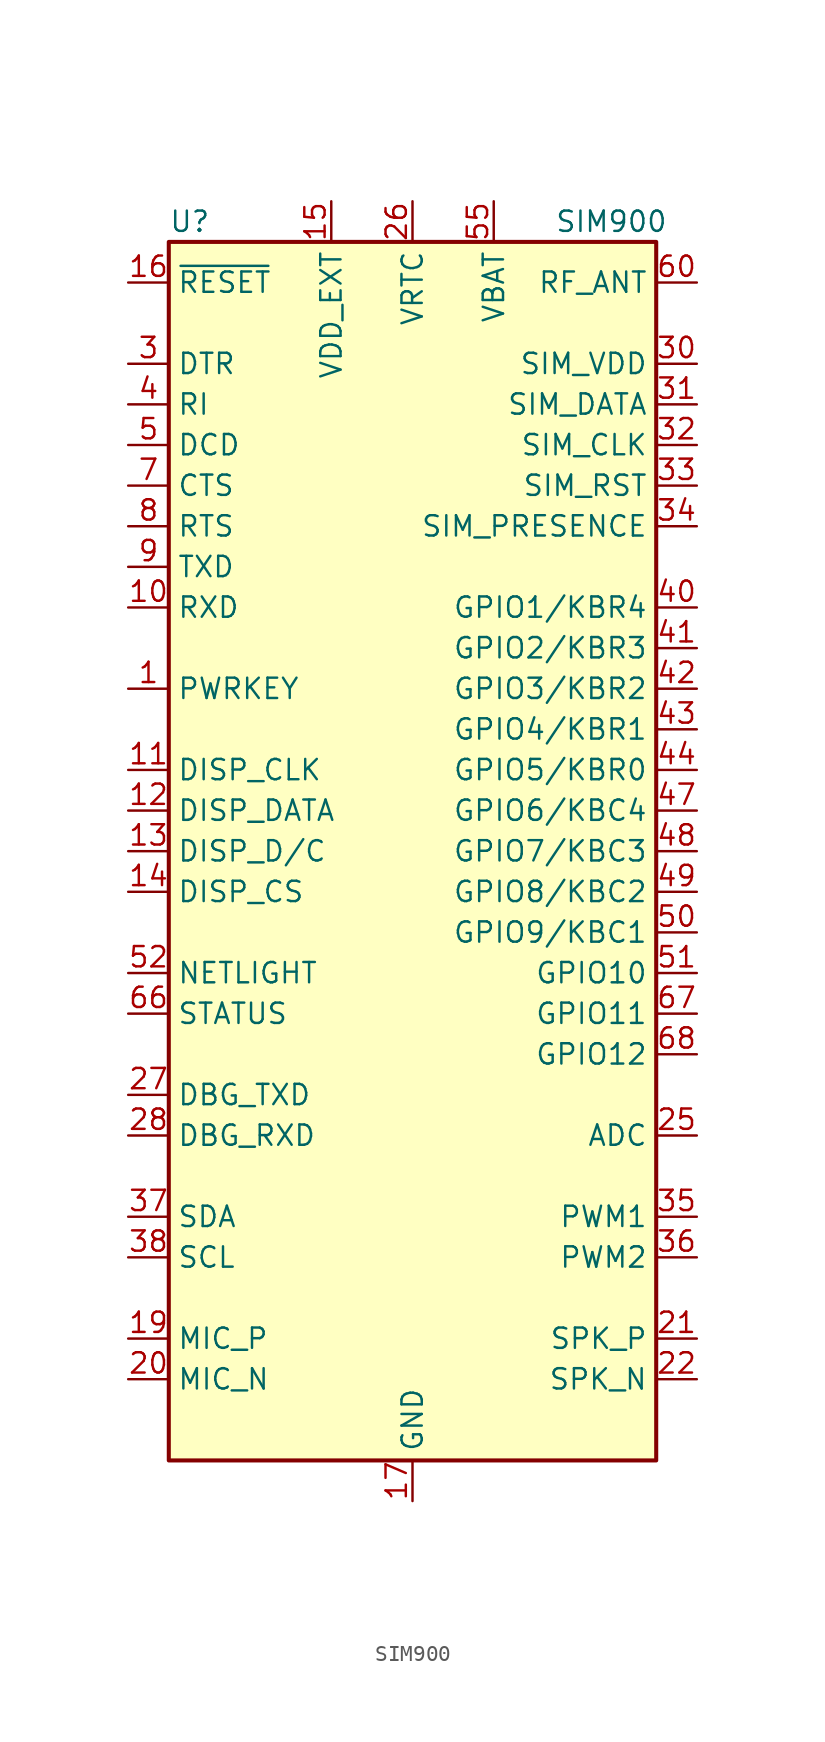
<source format=kicad_sym>
(kicad_symbol_lib
  (version 20220914)
  (generator kicad_symbol_editor)
  (symbol "SIM900"
    (property "Reference" "U"
      (at -15.24 39.37 0)
      (effects (font (size 1.27 1.27)) (justify left)))
    (property "Value" "SIM900"
      (at 8.89 39.37 0)
      (effects (font (size 1.27 1.27)) (justify left)))
    (symbol "SIM900_0_1"
      (rectangle (start -15.24 38.1) (end 15.24 -38.1) (stroke (width 0.254) (type default)) (fill (type background))))
    (symbol "SIM900_1_1"
      (pin input line (at -17.78 10.16 0) (length 2.54) (name "PWRKEY" (effects (font (size 1.27 1.27)))) (number "1" (effects (font (size 1.27 1.27)))))
      (pin input line (at -17.78 15.24 0) (length 2.54) (name "RXD" (effects (font (size 1.27 1.27)))) (number "10" (effects (font (size 1.27 1.27)))))
      (pin output line (at -17.78 5.08 0) (length 2.54) (name "DISP_CLK" (effects (font (size 1.27 1.27)))) (number "11" (effects (font (size 1.27 1.27)))))
      (pin bidirectional line (at -17.78 2.54 0) (length 2.54) (name "DISP_DATA" (effects (font (size 1.27 1.27)))) (number "12" (effects (font (size 1.27 1.27)))))
      (pin output line (at -17.78 0 0) (length 2.54) (name "DISP_D/C" (effects (font (size 1.27 1.27)))) (number "13" (effects (font (size 1.27 1.27)))))
      (pin output line (at -17.78 -2.54 0) (length 2.54) (name "DISP_CS" (effects (font (size 1.27 1.27)))) (number "14" (effects (font (size 1.27 1.27)))))
      (pin power_out line (at -5.08 40.64 270) (length 2.54) (name "VDD_EXT" (effects (font (size 1.27 1.27)))) (number "15" (effects (font (size 1.27 1.27)))))
      (pin input line (at -17.78 35.56 0) (length 2.54) (name "~{RESET}" (effects (font (size 1.27 1.27)))) (number "16" (effects (font (size 1.27 1.27)))))
      (pin power_in line (at 0 -40.64 90) (length 2.54) (name "GND" (effects (font (size 1.27 1.27)))) (number "17" (effects (font (size 1.27 1.27)))))
      (pin passive line (at 0 -40.64 90) (length 2.54) hide (name "GND" (effects (font (size 1.27 1.27)))) (number "18" (effects (font (size 1.27 1.27)))))
      (pin input line (at -17.78 -30.48 0) (length 2.54) (name "MIC_P" (effects (font (size 1.27 1.27)))) (number "19" (effects (font (size 1.27 1.27)))))
      (pin no_connect line (at 15.24 33.02 180) (length 2.54) hide (name "NC" (effects (font (size 1.27 1.27)))) (number "2" (effects (font (size 1.27 1.27)))))
      (pin input line (at -17.78 -33.02 0) (length 2.54) (name "MIC_N" (effects (font (size 1.27 1.27)))) (number "20" (effects (font (size 1.27 1.27)))))
      (pin output line (at 17.78 -30.48 180) (length 2.54) (name "SPK_P" (effects (font (size 1.27 1.27)))) (number "21" (effects (font (size 1.27 1.27)))))
      (pin output line (at 17.78 -33.02 180) (length 2.54) (name "SPK_N" (effects (font (size 1.27 1.27)))) (number "22" (effects (font (size 1.27 1.27)))))
      (pin no_connect line (at 15.24 -15.24 180) (length 2.54) hide (name "NC" (effects (font (size 1.27 1.27)))) (number "23" (effects (font (size 1.27 1.27)))))
      (pin no_connect line (at 15.24 -27.94 180) (length 2.54) hide (name "NC" (effects (font (size 1.27 1.27)))) (number "24" (effects (font (size 1.27 1.27)))))
      (pin input line (at 17.78 -17.78 180) (length 2.54) (name "ADC" (effects (font (size 1.27 1.27)))) (number "25" (effects (font (size 1.27 1.27)))))
      (pin power_in line (at 0 40.64 270) (length 2.54) (name "VRTC" (effects (font (size 1.27 1.27)))) (number "26" (effects (font (size 1.27 1.27)))))
      (pin output line (at -17.78 -15.24 0) (length 2.54) (name "DBG_TXD" (effects (font (size 1.27 1.27)))) (number "27" (effects (font (size 1.27 1.27)))))
      (pin input line (at -17.78 -17.78 0) (length 2.54) (name "DBG_RXD" (effects (font (size 1.27 1.27)))) (number "28" (effects (font (size 1.27 1.27)))))
      (pin passive line (at 0 -40.64 90) (length 2.54) hide (name "GND" (effects (font (size 1.27 1.27)))) (number "29" (effects (font (size 1.27 1.27)))))
      (pin input line (at -17.78 30.48 0) (length 2.54) (name "DTR" (effects (font (size 1.27 1.27)))) (number "3" (effects (font (size 1.27 1.27)))))
      (pin power_out line (at 17.78 30.48 180) (length 2.54) (name "SIM_VDD" (effects (font (size 1.27 1.27)))) (number "30" (effects (font (size 1.27 1.27)))))
      (pin bidirectional line (at 17.78 27.94 180) (length 2.54) (name "SIM_DATA" (effects (font (size 1.27 1.27)))) (number "31" (effects (font (size 1.27 1.27)))))
      (pin output line (at 17.78 25.4 180) (length 2.54) (name "SIM_CLK" (effects (font (size 1.27 1.27)))) (number "32" (effects (font (size 1.27 1.27)))))
      (pin output line (at 17.78 22.86 180) (length 2.54) (name "SIM_RST" (effects (font (size 1.27 1.27)))) (number "33" (effects (font (size 1.27 1.27)))))
      (pin input line (at 17.78 20.32 180) (length 2.54) (name "SIM_PRESENCE" (effects (font (size 1.27 1.27)))) (number "34" (effects (font (size 1.27 1.27)))))
      (pin output line (at 17.78 -22.86 180) (length 2.54) (name "PWM1" (effects (font (size 1.27 1.27)))) (number "35" (effects (font (size 1.27 1.27)))))
      (pin output line (at 17.78 -25.4 180) (length 2.54) (name "PWM2" (effects (font (size 1.27 1.27)))) (number "36" (effects (font (size 1.27 1.27)))))
      (pin bidirectional line (at -17.78 -22.86 0) (length 2.54) (name "SDA" (effects (font (size 1.27 1.27)))) (number "37" (effects (font (size 1.27 1.27)))))
      (pin output line (at -17.78 -25.4 0) (length 2.54) (name "SCL" (effects (font (size 1.27 1.27)))) (number "38" (effects (font (size 1.27 1.27)))))
      (pin passive line (at 0 -40.64 90) (length 2.54) hide (name "GND" (effects (font (size 1.27 1.27)))) (number "39" (effects (font (size 1.27 1.27)))))
      (pin output line (at -17.78 27.94 0) (length 2.54) (name "RI" (effects (font (size 1.27 1.27)))) (number "4" (effects (font (size 1.27 1.27)))))
      (pin bidirectional line (at 17.78 15.24 180) (length 2.54) (name "GPIO1/KBR4" (effects (font (size 1.27 1.27)))) (number "40" (effects (font (size 1.27 1.27)))))
      (pin bidirectional line (at 17.78 12.7 180) (length 2.54) (name "GPIO2/KBR3" (effects (font (size 1.27 1.27)))) (number "41" (effects (font (size 1.27 1.27)))))
      (pin bidirectional line (at 17.78 10.16 180) (length 2.54) (name "GPIO3/KBR2" (effects (font (size 1.27 1.27)))) (number "42" (effects (font (size 1.27 1.27)))))
      (pin bidirectional line (at 17.78 7.62 180) (length 2.54) (name "GPIO4/KBR1" (effects (font (size 1.27 1.27)))) (number "43" (effects (font (size 1.27 1.27)))))
      (pin bidirectional line (at 17.78 5.08 180) (length 2.54) (name "GPIO5/KBR0" (effects (font (size 1.27 1.27)))) (number "44" (effects (font (size 1.27 1.27)))))
      (pin passive line (at 0 -40.64 90) (length 2.54) hide (name "GND" (effects (font (size 1.27 1.27)))) (number "45" (effects (font (size 1.27 1.27)))))
      (pin passive line (at 0 -40.64 90) (length 2.54) hide (name "GND" (effects (font (size 1.27 1.27)))) (number "46" (effects (font (size 1.27 1.27)))))
      (pin bidirectional line (at 17.78 2.54 180) (length 2.54) (name "GPIO6/KBC4" (effects (font (size 1.27 1.27)))) (number "47" (effects (font (size 1.27 1.27)))))
      (pin bidirectional line (at 17.78 0 180) (length 2.54) (name "GPIO7/KBC3" (effects (font (size 1.27 1.27)))) (number "48" (effects (font (size 1.27 1.27)))))
      (pin bidirectional line (at 17.78 -2.54 180) (length 2.54) (name "GPIO8/KBC2" (effects (font (size 1.27 1.27)))) (number "49" (effects (font (size 1.27 1.27)))))
      (pin output line (at -17.78 25.4 0) (length 2.54) (name "DCD" (effects (font (size 1.27 1.27)))) (number "5" (effects (font (size 1.27 1.27)))))
      (pin bidirectional line (at 17.78 -5.08 180) (length 2.54) (name "GPIO9/KBC1" (effects (font (size 1.27 1.27)))) (number "50" (effects (font (size 1.27 1.27)))))
      (pin bidirectional line (at 17.78 -7.62 180) (length 2.54) (name "GPIO10" (effects (font (size 1.27 1.27)))) (number "51" (effects (font (size 1.27 1.27)))))
      (pin output line (at -17.78 -7.62 0) (length 2.54) (name "NETLIGHT" (effects (font (size 1.27 1.27)))) (number "52" (effects (font (size 1.27 1.27)))))
      (pin passive line (at 0 -40.64 90) (length 2.54) hide (name "GND" (effects (font (size 1.27 1.27)))) (number "53" (effects (font (size 1.27 1.27)))))
      (pin passive line (at 0 -40.64 90) (length 2.54) hide (name "GND" (effects (font (size 1.27 1.27)))) (number "54" (effects (font (size 1.27 1.27)))))
      (pin power_in line (at 5.08 40.64 270) (length 2.54) (name "VBAT" (effects (font (size 1.27 1.27)))) (number "55" (effects (font (size 1.27 1.27)))))
      (pin passive line (at 5.08 40.64 270) (length 2.54) hide (name "VBAT" (effects (font (size 1.27 1.27)))) (number "56" (effects (font (size 1.27 1.27)))))
      (pin passive line (at 5.08 40.64 270) (length 2.54) hide (name "VBAT" (effects (font (size 1.27 1.27)))) (number "57" (effects (font (size 1.27 1.27)))))
      (pin passive line (at 0 -40.64 90) (length 2.54) hide (name "GND" (effects (font (size 1.27 1.27)))) (number "58" (effects (font (size 1.27 1.27)))))
      (pin passive line (at 0 -40.64 90) (length 2.54) hide (name "GND" (effects (font (size 1.27 1.27)))) (number "59" (effects (font (size 1.27 1.27)))))
      (pin no_connect line (at 15.24 17.78 180) (length 2.54) hide (name "NC" (effects (font (size 1.27 1.27)))) (number "6" (effects (font (size 1.27 1.27)))))
      (pin passive line (at 17.78 35.56 180) (length 2.54) (name "RF_ANT" (effects (font (size 1.27 1.27)))) (number "60" (effects (font (size 1.27 1.27)))))
      (pin passive line (at 0 -40.64 90) (length 2.54) hide (name "GND" (effects (font (size 1.27 1.27)))) (number "61" (effects (font (size 1.27 1.27)))))
      (pin passive line (at 0 -40.64 90) (length 2.54) hide (name "GND" (effects (font (size 1.27 1.27)))) (number "62" (effects (font (size 1.27 1.27)))))
      (pin passive line (at 0 -40.64 90) (length 2.54) hide (name "GND" (effects (font (size 1.27 1.27)))) (number "63" (effects (font (size 1.27 1.27)))))
      (pin passive line (at 0 -40.64 90) (length 2.54) hide (name "GND" (effects (font (size 1.27 1.27)))) (number "64" (effects (font (size 1.27 1.27)))))
      (pin passive line (at 0 -40.64 90) (length 2.54) hide (name "GND" (effects (font (size 1.27 1.27)))) (number "65" (effects (font (size 1.27 1.27)))))
      (pin output line (at -17.78 -10.16 0) (length 2.54) (name "STATUS" (effects (font (size 1.27 1.27)))) (number "66" (effects (font (size 1.27 1.27)))))
      (pin bidirectional line (at 17.78 -10.16 180) (length 2.54) (name "GPIO11" (effects (font (size 1.27 1.27)))) (number "67" (effects (font (size 1.27 1.27)))))
      (pin bidirectional line (at 17.78 -12.7 180) (length 2.54) (name "GPIO12" (effects (font (size 1.27 1.27)))) (number "68" (effects (font (size 1.27 1.27)))))
      (pin output line (at -17.78 22.86 0) (length 2.54) (name "CTS" (effects (font (size 1.27 1.27)))) (number "7" (effects (font (size 1.27 1.27)))))
      (pin input line (at -17.78 20.32 0) (length 2.54) (name "RTS" (effects (font (size 1.27 1.27)))) (number "8" (effects (font (size 1.27 1.27)))))
      (pin output line (at -17.78 17.78 0) (length 2.54) (name "TXD" (effects (font (size 1.27 1.27)))) (number "9" (effects (font (size 1.27 1.27))))))))
</source>
